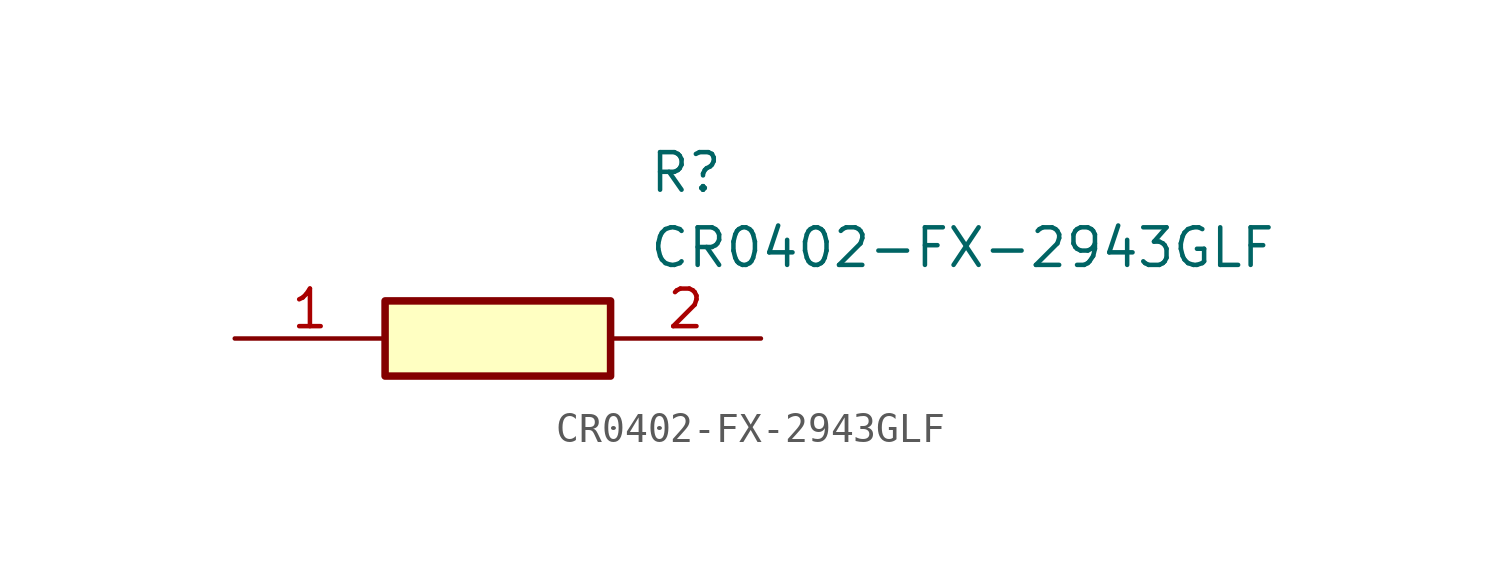
<source format=kicad_sym>
(kicad_symbol_lib
  (version 20211014)
  (generator SamacSys_ECAD_Model)
  (symbol "CR0402-FX-2943GLF"
    (pin_names hide)
    (property "Reference" "R"
      (at 13.97 6.35 0)
      (effects (font (size 1.27 1.27)) (justify left top)))
    (property "Value" "CR0402-FX-2943GLF"
      (at 13.97 3.81 0)
      (effects (font (size 1.27 1.27)) (justify left top)))
    (rectangle
      (start 5.08 1.27)
      (end 12.7 -1.27)
      (stroke (width 0.254) (type default))
      (fill (type background)))
    (pin passive line
      (at 0 0 0)
      (length 5.08)
      (name "1" (effects (font (size 1.27 1.27))))
      (number "1" (effects (font (size 1.27 1.27)))))
    (pin passive line
      (at 17.78 0 180)
      (length 5.08)
      (name "2" (effects (font (size 1.27 1.27))))
      (number "2" (effects (font (size 1.27 1.27)))))))
</source>
